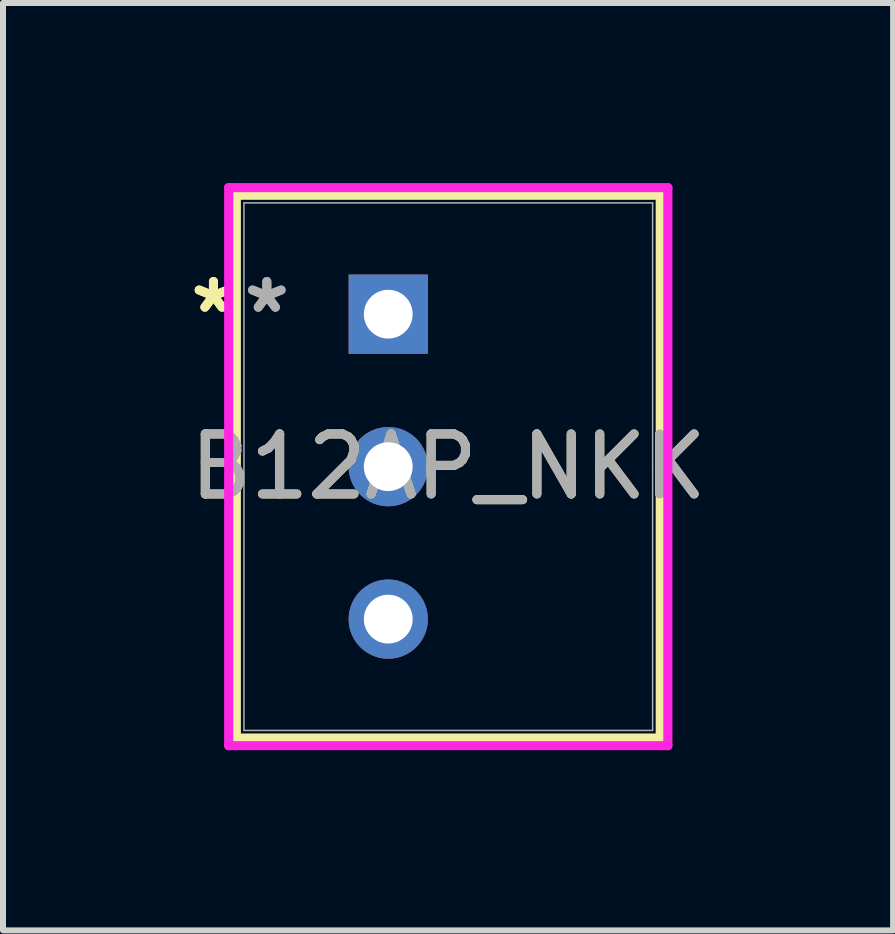
<source format=kicad_pcb>
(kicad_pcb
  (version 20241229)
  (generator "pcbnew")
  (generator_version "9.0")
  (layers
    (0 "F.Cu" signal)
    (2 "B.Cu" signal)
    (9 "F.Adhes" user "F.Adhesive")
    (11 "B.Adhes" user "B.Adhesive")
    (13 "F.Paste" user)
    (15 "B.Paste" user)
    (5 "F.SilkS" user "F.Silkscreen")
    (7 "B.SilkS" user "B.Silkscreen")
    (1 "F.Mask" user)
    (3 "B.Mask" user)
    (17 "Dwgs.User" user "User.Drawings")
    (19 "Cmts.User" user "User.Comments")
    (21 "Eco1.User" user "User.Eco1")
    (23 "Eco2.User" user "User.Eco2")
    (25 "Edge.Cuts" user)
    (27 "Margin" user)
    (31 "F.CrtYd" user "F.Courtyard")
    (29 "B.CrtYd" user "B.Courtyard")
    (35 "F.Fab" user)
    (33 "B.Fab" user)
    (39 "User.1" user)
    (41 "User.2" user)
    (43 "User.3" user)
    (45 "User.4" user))
  (footprint "B12AP_NKK"
    (layer "F.Cu")
    (at 3.418 2.184)
    (property "Reference" "B12AP_NKK" (at 1 2.54 0) (unlocked yes) (layer "F.SilkS") (effects (font (size 1 1) (thickness 0.15))))
    (attr through_hole)
    (fp_line (start -2.531 -1.981) (end -2.531 7.061) (stroke (width 0.152) (type solid)) (layer "F.SilkS"))
    (fp_line (start -2.531 7.061) (end 4.531 7.061) (stroke (width 0.152) (type solid)) (layer "F.SilkS"))
    (fp_line (start 4.531 -1.981) (end -2.531 -1.981) (stroke (width 0.152) (type solid)) (layer "F.SilkS"))
    (fp_line (start 4.531 7.061) (end 4.531 -1.981) (stroke (width 0.152) (type solid)) (layer "F.SilkS"))
    (fp_line (start -2.658 -2.108) (end -2.658 7.188) (stroke (width 0.152) (type solid)) (layer "F.CrtYd"))
    (fp_line (start -2.658 7.188) (end 4.658 7.188) (stroke (width 0.152) (type solid)) (layer "F.CrtYd"))
    (fp_line (start 4.658 -2.108) (end -2.658 -2.108) (stroke (width 0.152) (type solid)) (layer "F.CrtYd"))
    (fp_line (start 4.658 7.188) (end 4.658 -2.108) (stroke (width 0.152) (type solid)) (layer "F.CrtYd"))
    (fp_line (start -2.404 -1.854) (end -2.404 6.934) (stroke (width 0.025) (type solid)) (layer "F.Fab"))
    (fp_line (start -2.404 6.934) (end 4.404 6.934) (stroke (width 0.025) (type solid)) (layer "F.Fab"))
    (fp_line (start 1 2.54) (end 1 2.54) (stroke (width 0.025) (type solid)) (layer "F.Fab"))
    (fp_line (start 1 2.54) (end 1 2.54) (stroke (width 0.025) (type solid)) (layer "F.Fab"))
    (fp_line (start 1 2.54) (end 1 2.54) (stroke (width 0.025) (type solid)) (layer "F.Fab"))
    (fp_line (start 1 2.54) (end 1 2.54) (stroke (width 0.025) (type solid)) (layer "F.Fab"))
    (fp_line (start 4.404 -1.854) (end -2.404 -1.854) (stroke (width 0.025) (type solid)) (layer "F.Fab"))
    (fp_line (start 4.404 6.934) (end 4.404 -1.854) (stroke (width 0.025) (type solid)) (layer "F.Fab"))
    (fp_text user "*" (at -2.912 0 0) (layer "F.SilkS") (effects (font (size 1 1) (thickness 0.15))))
    (fp_text user "*" (at -2.912 0 0) (unlocked yes) (layer "F.SilkS") (effects (font (size 1 1) (thickness 0.15))))
    (fp_text user "*" (at -2.023 0 0) (layer "F.Fab") (effects (font (size 1 1) (thickness 0.15))))
    (fp_text user "*" (at -2.023 0 0) (unlocked yes) (layer "F.Fab") (effects (font (size 1 1) (thickness 0.15))))
    (fp_text user "${REFERENCE}" (at 1 2.54 0) (unlocked yes) (layer "F.Fab") (effects (font (size 1 1) (thickness 0.15))))
    (pad "1" thru_hole rect (at 0 0) (size 1.321 1.321) (drill 0.813) (layers "*.Cu" "*.Mask"))
    (pad "2" thru_hole circle (at 0 2.54) (size 1.321 1.321) (drill 0.813) (layers "*.Cu" "*.Mask"))
    (pad "3" thru_hole circle (at 0 5.08) (size 1.321 1.321) (drill 0.813) (layers "*.Cu" "*.Mask")))
  (gr_rect
    (start -3 -3)
    (end 11.828 12.449)
    (stroke (width 0.1) (type default))
    (fill no)
    (layer "Edge.Cuts")))
</source>
